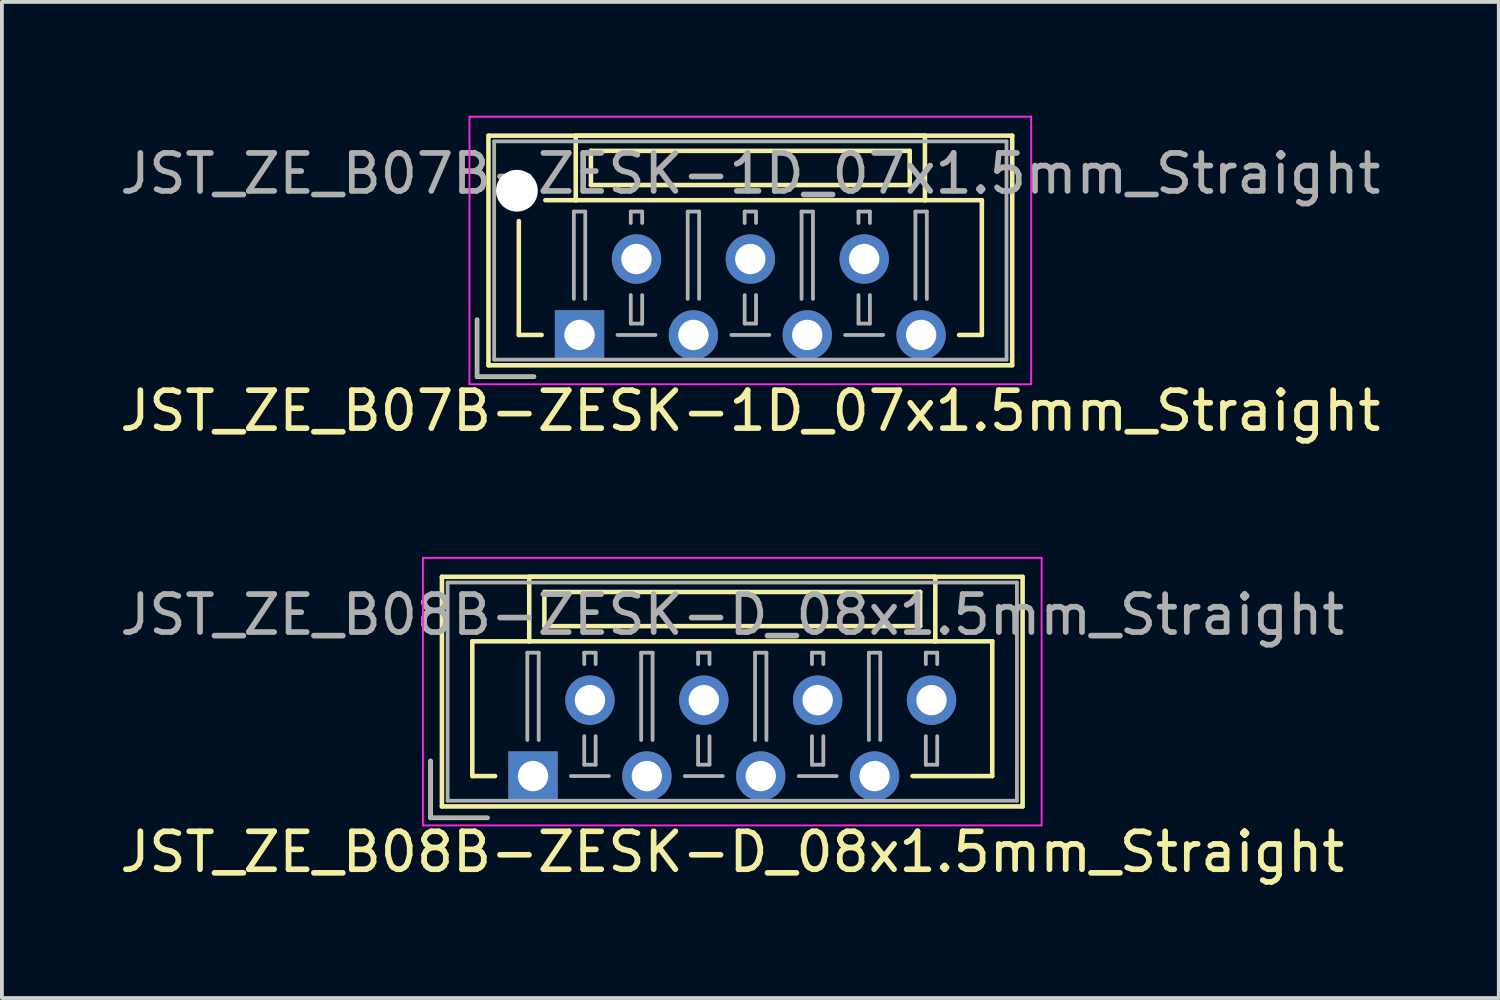
<source format=kicad_pcb>
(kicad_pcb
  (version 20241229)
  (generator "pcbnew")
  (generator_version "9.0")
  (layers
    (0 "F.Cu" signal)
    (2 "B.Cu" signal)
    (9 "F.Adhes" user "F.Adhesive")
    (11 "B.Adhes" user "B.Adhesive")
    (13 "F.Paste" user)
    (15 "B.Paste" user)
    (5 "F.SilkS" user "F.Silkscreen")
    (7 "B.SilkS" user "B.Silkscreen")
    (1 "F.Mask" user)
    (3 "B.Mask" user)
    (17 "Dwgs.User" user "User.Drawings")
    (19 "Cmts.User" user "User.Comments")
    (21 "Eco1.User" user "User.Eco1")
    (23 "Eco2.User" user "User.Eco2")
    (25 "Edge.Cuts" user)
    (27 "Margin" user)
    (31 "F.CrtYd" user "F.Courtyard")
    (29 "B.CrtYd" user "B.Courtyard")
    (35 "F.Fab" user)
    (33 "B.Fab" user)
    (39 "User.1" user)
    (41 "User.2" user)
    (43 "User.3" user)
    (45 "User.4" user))
  (footprint "JST_ZE_B08B-ZESK-D_08x1.5mm_Straight"
    (layer "F.Cu")
    (at 10.994 17.398)
    (property "Reference" "JST_ZE_B08B-ZESK-D_08x1.5mm_Straight" (at 5.25 2 0) (layer "F.SilkS") (effects (font (size 1 1) (thickness 0.15))))
    (attr through_hole)
    (fp_line (start -2.7 -0.4) (end -2.7 1.1) (stroke (width 0.12) (type solid)) (layer "F.SilkS"))
    (fp_line (start -2.7 1.1) (end -1.2 1.1) (stroke (width 0.12) (type solid)) (layer "F.SilkS"))
    (fp_line (start -2.4 -5.25) (end -2.4 0.8) (stroke (width 0.12) (type solid)) (layer "F.SilkS"))
    (fp_line (start -2.4 0.8) (end 12.9 0.8) (stroke (width 0.12) (type solid)) (layer "F.SilkS"))
    (fp_line (start -1.6 -3.55) (end -1.6 0) (stroke (width 0.12) (type solid)) (layer "F.SilkS"))
    (fp_line (start -1.6 0) (end -1 0) (stroke (width 0.12) (type solid)) (layer "F.SilkS"))
    (fp_line (start -0.1 -5.25) (end -0.1 -3.55) (stroke (width 0.12) (type solid)) (layer "F.SilkS"))
    (fp_line (start -0.1 -3.55) (end -1.6 -3.55) (stroke (width 0.12) (type solid)) (layer "F.SilkS"))
    (fp_line (start -0.1 -3.55) (end 10.6 -3.55) (stroke (width 0.12) (type solid)) (layer "F.SilkS"))
    (fp_line (start 0.3 -4.85) (end 0.3 -3.95) (stroke (width 0.12) (type solid)) (layer "F.SilkS"))
    (fp_line (start 0.3 -3.95) (end 10.2 -3.95) (stroke (width 0.12) (type solid)) (layer "F.SilkS"))
    (fp_line (start 10.2 -4.85) (end 0.3 -4.85) (stroke (width 0.12) (type solid)) (layer "F.SilkS"))
    (fp_line (start 10.2 -3.95) (end 10.2 -4.85) (stroke (width 0.12) (type solid)) (layer "F.SilkS"))
    (fp_line (start 10.6 -5.25) (end -0.1 -5.25) (stroke (width 0.12) (type solid)) (layer "F.SilkS"))
    (fp_line (start 10.6 -3.55) (end 10.6 -5.25) (stroke (width 0.12) (type solid)) (layer "F.SilkS"))
    (fp_line (start 10.6 -3.55) (end 12.1 -3.55) (stroke (width 0.12) (type solid)) (layer "F.SilkS"))
    (fp_line (start 12.1 -3.55) (end 12.1 0) (stroke (width 0.12) (type solid)) (layer "F.SilkS"))
    (fp_line (start 12.1 0) (end 10 0) (stroke (width 0.12) (type solid)) (layer "F.SilkS"))
    (fp_line (start 12.9 -5.25) (end -2.4 -5.25) (stroke (width 0.12) (type solid)) (layer "F.SilkS"))
    (fp_line (start 12.9 0.8) (end 12.9 -5.25) (stroke (width 0.12) (type solid)) (layer "F.SilkS"))
    (fp_line (start -2.9 -5.75) (end -2.9 1.3) (stroke (width 0.05) (type solid)) (layer "F.CrtYd"))
    (fp_line (start -2.9 1.3) (end 13.4 1.3) (stroke (width 0.05) (type solid)) (layer "F.CrtYd"))
    (fp_line (start 13.4 -5.75) (end -2.9 -5.75) (stroke (width 0.05) (type solid)) (layer "F.CrtYd"))
    (fp_line (start 13.4 1.3) (end 13.4 -5.75) (stroke (width 0.05) (type solid)) (layer "F.CrtYd"))
    (fp_line (start -2.7 -0.4) (end -2.7 1.1) (stroke (width 0.1) (type solid)) (layer "F.Fab"))
    (fp_line (start -2.7 1.1) (end -1.2 1.1) (stroke (width 0.1) (type solid)) (layer "F.Fab"))
    (fp_line (start -2.25 -5.1) (end -2.25 0.65) (stroke (width 0.1) (type solid)) (layer "F.Fab"))
    (fp_line (start -2.25 0.65) (end 12.75 0.65) (stroke (width 0.1) (type solid)) (layer "F.Fab"))
    (fp_line (start -0.15 -3.25) (end 0.15 -3.25) (stroke (width 0.1) (type solid)) (layer "F.Fab"))
    (fp_line (start -0.15 -0.95) (end -0.15 -3.25) (stroke (width 0.1) (type solid)) (layer "F.Fab"))
    (fp_line (start 0.15 -3.25) (end 0.15 -0.95) (stroke (width 0.1) (type solid)) (layer "F.Fab"))
    (fp_line (start 1 0) (end 2 0) (stroke (width 0.1) (type solid)) (layer "F.Fab"))
    (fp_line (start 1.35 -3.25) (end 1.65 -3.25) (stroke (width 0.1) (type solid)) (layer "F.Fab"))
    (fp_line (start 1.35 -2.95) (end 1.35 -3.25) (stroke (width 0.1) (type solid)) (layer "F.Fab"))
    (fp_line (start 1.35 -1.05) (end 1.35 -0.3) (stroke (width 0.1) (type solid)) (layer "F.Fab"))
    (fp_line (start 1.35 -0.3) (end 1.65 -0.3) (stroke (width 0.1) (type solid)) (layer "F.Fab"))
    (fp_line (start 1.65 -3.25) (end 1.65 -2.95) (stroke (width 0.1) (type solid)) (layer "F.Fab"))
    (fp_line (start 1.65 -0.3) (end 1.65 -1.05) (stroke (width 0.1) (type solid)) (layer "F.Fab"))
    (fp_line (start 2.85 -3.25) (end 3.15 -3.25) (stroke (width 0.1) (type solid)) (layer "F.Fab"))
    (fp_line (start 2.85 -0.95) (end 2.85 -3.25) (stroke (width 0.1) (type solid)) (layer "F.Fab"))
    (fp_line (start 3.15 -3.25) (end 3.15 -0.95) (stroke (width 0.1) (type solid)) (layer "F.Fab"))
    (fp_line (start 4 0) (end 5 0) (stroke (width 0.1) (type solid)) (layer "F.Fab"))
    (fp_line (start 4.35 -3.25) (end 4.65 -3.25) (stroke (width 0.1) (type solid)) (layer "F.Fab"))
    (fp_line (start 4.35 -2.95) (end 4.35 -3.25) (stroke (width 0.1) (type solid)) (layer "F.Fab"))
    (fp_line (start 4.35 -1.05) (end 4.35 -0.3) (stroke (width 0.1) (type solid)) (layer "F.Fab"))
    (fp_line (start 4.35 -0.3) (end 4.65 -0.3) (stroke (width 0.1) (type solid)) (layer "F.Fab"))
    (fp_line (start 4.65 -3.25) (end 4.65 -2.95) (stroke (width 0.1) (type solid)) (layer "F.Fab"))
    (fp_line (start 4.65 -0.3) (end 4.65 -1.05) (stroke (width 0.1) (type solid)) (layer "F.Fab"))
    (fp_line (start 5.85 -3.25) (end 6.15 -3.25) (stroke (width 0.1) (type solid)) (layer "F.Fab"))
    (fp_line (start 5.85 -0.95) (end 5.85 -3.25) (stroke (width 0.1) (type solid)) (layer "F.Fab"))
    (fp_line (start 6.15 -3.25) (end 6.15 -0.95) (stroke (width 0.1) (type solid)) (layer "F.Fab"))
    (fp_line (start 7 0) (end 8 0) (stroke (width 0.1) (type solid)) (layer "F.Fab"))
    (fp_line (start 7.35 -3.25) (end 7.65 -3.25) (stroke (width 0.1) (type solid)) (layer "F.Fab"))
    (fp_line (start 7.35 -2.95) (end 7.35 -3.25) (stroke (width 0.1) (type solid)) (layer "F.Fab"))
    (fp_line (start 7.35 -1.05) (end 7.35 -0.3) (stroke (width 0.1) (type solid)) (layer "F.Fab"))
    (fp_line (start 7.35 -0.3) (end 7.65 -0.3) (stroke (width 0.1) (type solid)) (layer "F.Fab"))
    (fp_line (start 7.65 -3.25) (end 7.65 -2.95) (stroke (width 0.1) (type solid)) (layer "F.Fab"))
    (fp_line (start 7.65 -0.3) (end 7.65 -1.05) (stroke (width 0.1) (type solid)) (layer "F.Fab"))
    (fp_line (start 8.85 -3.25) (end 9.15 -3.25) (stroke (width 0.1) (type solid)) (layer "F.Fab"))
    (fp_line (start 8.85 -0.95) (end 8.85 -3.25) (stroke (width 0.1) (type solid)) (layer "F.Fab"))
    (fp_line (start 9.15 -3.25) (end 9.15 -0.95) (stroke (width 0.1) (type solid)) (layer "F.Fab"))
    (fp_line (start 10.35 -3.25) (end 10.65 -3.25) (stroke (width 0.1) (type solid)) (layer "F.Fab"))
    (fp_line (start 10.35 -2.95) (end 10.35 -3.25) (stroke (width 0.1) (type solid)) (layer "F.Fab"))
    (fp_line (start 10.35 -1.05) (end 10.35 -0.3) (stroke (width 0.1) (type solid)) (layer "F.Fab"))
    (fp_line (start 10.35 -0.3) (end 10.65 -0.3) (stroke (width 0.1) (type solid)) (layer "F.Fab"))
    (fp_line (start 10.65 -3.25) (end 10.65 -2.95) (stroke (width 0.1) (type solid)) (layer "F.Fab"))
    (fp_line (start 10.65 -0.3) (end 10.65 -1.05) (stroke (width 0.1) (type solid)) (layer "F.Fab"))
    (fp_line (start 12.75 -5.1) (end -2.25 -5.1) (stroke (width 0.1) (type solid)) (layer "F.Fab"))
    (fp_line (start 12.75 0.65) (end 12.75 -5.1) (stroke (width 0.1) (type solid)) (layer "F.Fab"))
    (fp_text user "${REFERENCE}" (at 5.25 -4.25 0) (layer "F.Fab") (effects (font (size 1 1) (thickness 0.15))))
    (pad "1" thru_hole rect (at 0 0) (size 1.3 1.3) (drill 0.8) (layers "*.Cu" "*.Mask"))
    (pad "2" thru_hole circle (at 1.5 -2) (size 1.3 1.3) (drill 0.8) (layers "*.Cu" "*.Mask"))
    (pad "3" thru_hole circle (at 3 0) (size 1.3 1.3) (drill 0.8) (layers "*.Cu" "*.Mask"))
    (pad "4" thru_hole circle (at 4.5 -2) (size 1.3 1.3) (drill 0.8) (layers "*.Cu" "*.Mask"))
    (pad "5" thru_hole circle (at 6 0) (size 1.3 1.3) (drill 0.8) (layers "*.Cu" "*.Mask"))
    (pad "6" thru_hole circle (at 7.5 -2) (size 1.3 1.3) (drill 0.8) (layers "*.Cu" "*.Mask"))
    (pad "7" thru_hole circle (at 9 0) (size 1.3 1.3) (drill 0.8) (layers "*.Cu" "*.Mask"))
    (pad "8" thru_hole circle (at 10.5 -2) (size 1.3 1.3) (drill 0.8) (layers "*.Cu" "*.Mask")))
  (footprint "JST_ZE_B07B-ZESK-1D_07x1.5mm_Straight"
    (layer "F.Cu")
    (at 12.22 5.775)
    (property "Reference" "JST_ZE_B07B-ZESK-1D_07x1.5mm_Straight" (at 4.5 2 0) (layer "F.SilkS") (effects (font (size 1 1) (thickness 0.15))))
    (attr through_hole)
    (fp_line (start -2.7 -0.4) (end -2.7 1.1) (stroke (width 0.12) (type solid)) (layer "F.SilkS"))
    (fp_line (start -2.7 1.1) (end -1.2 1.1) (stroke (width 0.12) (type solid)) (layer "F.SilkS"))
    (fp_line (start -2.4 -5.25) (end -2.4 0.8) (stroke (width 0.12) (type solid)) (layer "F.SilkS"))
    (fp_line (start -2.4 0.8) (end 11.4 0.8) (stroke (width 0.12) (type solid)) (layer "F.SilkS"))
    (fp_line (start -1.6 -3) (end -1.6 0) (stroke (width 0.12) (type solid)) (layer "F.SilkS"))
    (fp_line (start -1.6 0) (end -1 0) (stroke (width 0.12) (type solid)) (layer "F.SilkS"))
    (fp_line (start -0.1 -5.25) (end -0.1 -3.55) (stroke (width 0.12) (type solid)) (layer "F.SilkS"))
    (fp_line (start -0.1 -3.55) (end -0.9 -3.55) (stroke (width 0.12) (type solid)) (layer "F.SilkS"))
    (fp_line (start -0.1 -3.55) (end 9.1 -3.55) (stroke (width 0.12) (type solid)) (layer "F.SilkS"))
    (fp_line (start 0.3 -4.85) (end 0.3 -3.95) (stroke (width 0.12) (type solid)) (layer "F.SilkS"))
    (fp_line (start 0.3 -3.95) (end 8.7 -3.95) (stroke (width 0.12) (type solid)) (layer "F.SilkS"))
    (fp_line (start 8.7 -4.85) (end 0.3 -4.85) (stroke (width 0.12) (type solid)) (layer "F.SilkS"))
    (fp_line (start 8.7 -3.95) (end 8.7 -4.85) (stroke (width 0.12) (type solid)) (layer "F.SilkS"))
    (fp_line (start 9.1 -5.25) (end -0.1 -5.25) (stroke (width 0.12) (type solid)) (layer "F.SilkS"))
    (fp_line (start 9.1 -3.55) (end 9.1 -5.25) (stroke (width 0.12) (type solid)) (layer "F.SilkS"))
    (fp_line (start 9.1 -3.55) (end 10.6 -3.55) (stroke (width 0.12) (type solid)) (layer "F.SilkS"))
    (fp_line (start 10.6 -3.55) (end 10.6 0) (stroke (width 0.12) (type solid)) (layer "F.SilkS"))
    (fp_line (start 10.6 0) (end 10 0) (stroke (width 0.12) (type solid)) (layer "F.SilkS"))
    (fp_line (start 11.4 -5.25) (end -2.4 -5.25) (stroke (width 0.12) (type solid)) (layer "F.SilkS"))
    (fp_line (start 11.4 0.8) (end 11.4 -5.25) (stroke (width 0.12) (type solid)) (layer "F.SilkS"))
    (fp_line (start -2.9 -5.75) (end -2.9 1.3) (stroke (width 0.05) (type solid)) (layer "F.CrtYd"))
    (fp_line (start -2.9 1.3) (end 11.9 1.3) (stroke (width 0.05) (type solid)) (layer "F.CrtYd"))
    (fp_line (start 11.9 -5.75) (end -2.9 -5.75) (stroke (width 0.05) (type solid)) (layer "F.CrtYd"))
    (fp_line (start 11.9 1.3) (end 11.9 -5.75) (stroke (width 0.05) (type solid)) (layer "F.CrtYd"))
    (fp_line (start -2.7 -0.4) (end -2.7 1.1) (stroke (width 0.1) (type solid)) (layer "F.Fab"))
    (fp_line (start -2.7 1.1) (end -1.2 1.1) (stroke (width 0.1) (type solid)) (layer "F.Fab"))
    (fp_line (start -2.25 -5.1) (end -2.25 0.65) (stroke (width 0.1) (type solid)) (layer "F.Fab"))
    (fp_line (start -2.25 0.65) (end 11.25 0.65) (stroke (width 0.1) (type solid)) (layer "F.Fab"))
    (fp_line (start -0.15 -3.25) (end 0.15 -3.25) (stroke (width 0.1) (type solid)) (layer "F.Fab"))
    (fp_line (start -0.15 -0.95) (end -0.15 -3.25) (stroke (width 0.1) (type solid)) (layer "F.Fab"))
    (fp_line (start 0.15 -3.25) (end 0.15 -0.95) (stroke (width 0.1) (type solid)) (layer "F.Fab"))
    (fp_line (start 1 0) (end 2 0) (stroke (width 0.1) (type solid)) (layer "F.Fab"))
    (fp_line (start 1.35 -3.25) (end 1.65 -3.25) (stroke (width 0.1) (type solid)) (layer "F.Fab"))
    (fp_line (start 1.35 -2.95) (end 1.35 -3.25) (stroke (width 0.1) (type solid)) (layer "F.Fab"))
    (fp_line (start 1.35 -1.05) (end 1.35 -0.3) (stroke (width 0.1) (type solid)) (layer "F.Fab"))
    (fp_line (start 1.35 -0.3) (end 1.65 -0.3) (stroke (width 0.1) (type solid)) (layer "F.Fab"))
    (fp_line (start 1.65 -3.25) (end 1.65 -2.95) (stroke (width 0.1) (type solid)) (layer "F.Fab"))
    (fp_line (start 1.65 -0.3) (end 1.65 -1.05) (stroke (width 0.1) (type solid)) (layer "F.Fab"))
    (fp_line (start 2.85 -3.25) (end 3.15 -3.25) (stroke (width 0.1) (type solid)) (layer "F.Fab"))
    (fp_line (start 2.85 -0.95) (end 2.85 -3.25) (stroke (width 0.1) (type solid)) (layer "F.Fab"))
    (fp_line (start 3.15 -3.25) (end 3.15 -0.95) (stroke (width 0.1) (type solid)) (layer "F.Fab"))
    (fp_line (start 4 0) (end 5 0) (stroke (width 0.1) (type solid)) (layer "F.Fab"))
    (fp_line (start 4.35 -3.25) (end 4.65 -3.25) (stroke (width 0.1) (type solid)) (layer "F.Fab"))
    (fp_line (start 4.35 -2.95) (end 4.35 -3.25) (stroke (width 0.1) (type solid)) (layer "F.Fab"))
    (fp_line (start 4.35 -1.05) (end 4.35 -0.3) (stroke (width 0.1) (type solid)) (layer "F.Fab"))
    (fp_line (start 4.35 -0.3) (end 4.65 -0.3) (stroke (width 0.1) (type solid)) (layer "F.Fab"))
    (fp_line (start 4.65 -3.25) (end 4.65 -2.95) (stroke (width 0.1) (type solid)) (layer "F.Fab"))
    (fp_line (start 4.65 -0.3) (end 4.65 -1.05) (stroke (width 0.1) (type solid)) (layer "F.Fab"))
    (fp_line (start 5.85 -3.25) (end 6.15 -3.25) (stroke (width 0.1) (type solid)) (layer "F.Fab"))
    (fp_line (start 5.85 -0.95) (end 5.85 -3.25) (stroke (width 0.1) (type solid)) (layer "F.Fab"))
    (fp_line (start 6.15 -3.25) (end 6.15 -0.95) (stroke (width 0.1) (type solid)) (layer "F.Fab"))
    (fp_line (start 7 0) (end 8 0) (stroke (width 0.1) (type solid)) (layer "F.Fab"))
    (fp_line (start 7.35 -3.25) (end 7.65 -3.25) (stroke (width 0.1) (type solid)) (layer "F.Fab"))
    (fp_line (start 7.35 -2.95) (end 7.35 -3.25) (stroke (width 0.1) (type solid)) (layer "F.Fab"))
    (fp_line (start 7.35 -1.05) (end 7.35 -0.3) (stroke (width 0.1) (type solid)) (layer "F.Fab"))
    (fp_line (start 7.35 -0.3) (end 7.65 -0.3) (stroke (width 0.1) (type solid)) (layer "F.Fab"))
    (fp_line (start 7.65 -3.25) (end 7.65 -2.95) (stroke (width 0.1) (type solid)) (layer "F.Fab"))
    (fp_line (start 7.65 -0.3) (end 7.65 -1.05) (stroke (width 0.1) (type solid)) (layer "F.Fab"))
    (fp_line (start 8.85 -3.25) (end 9.15 -3.25) (stroke (width 0.1) (type solid)) (layer "F.Fab"))
    (fp_line (start 8.85 -0.95) (end 8.85 -3.25) (stroke (width 0.1) (type solid)) (layer "F.Fab"))
    (fp_line (start 9.15 -3.25) (end 9.15 -0.95) (stroke (width 0.1) (type solid)) (layer "F.Fab"))
    (fp_line (start 11.25 -5.1) (end -2.25 -5.1) (stroke (width 0.1) (type solid)) (layer "F.Fab"))
    (fp_line (start 11.25 0.65) (end 11.25 -5.1) (stroke (width 0.1) (type solid)) (layer "F.Fab"))
    (fp_text user "${REFERENCE}" (at 4.5 -4.25 0) (layer "F.Fab") (effects (font (size 1 1) (thickness 0.15))))
    (pad "" np_thru_hole circle (at -1.65 -3.8) (size 1.1 1.1) (drill 1.1) (layers "*.Cu"))
    (pad "1" thru_hole rect (at 0 0) (size 1.3 1.3) (drill 0.8) (layers "*.Cu" "*.Mask"))
    (pad "2" thru_hole circle (at 1.5 -2) (size 1.3 1.3) (drill 0.8) (layers "*.Cu" "*.Mask"))
    (pad "3" thru_hole circle (at 3 0) (size 1.3 1.3) (drill 0.8) (layers "*.Cu" "*.Mask"))
    (pad "4" thru_hole circle (at 4.5 -2) (size 1.3 1.3) (drill 0.8) (layers "*.Cu" "*.Mask"))
    (pad "5" thru_hole circle (at 6 0) (size 1.3 1.3) (drill 0.8) (layers "*.Cu" "*.Mask"))
    (pad "6" thru_hole circle (at 7.5 -2) (size 1.3 1.3) (drill 0.8) (layers "*.Cu" "*.Mask"))
    (pad "7" thru_hole circle (at 9 0) (size 1.3 1.3) (drill 0.8) (layers "*.Cu" "*.Mask")))
  (gr_rect
    (start -3 -3)
    (end 36.44 23.247)
    (stroke (width 0.1) (type default))
    (fill no)
    (layer "Edge.Cuts")))
</source>
